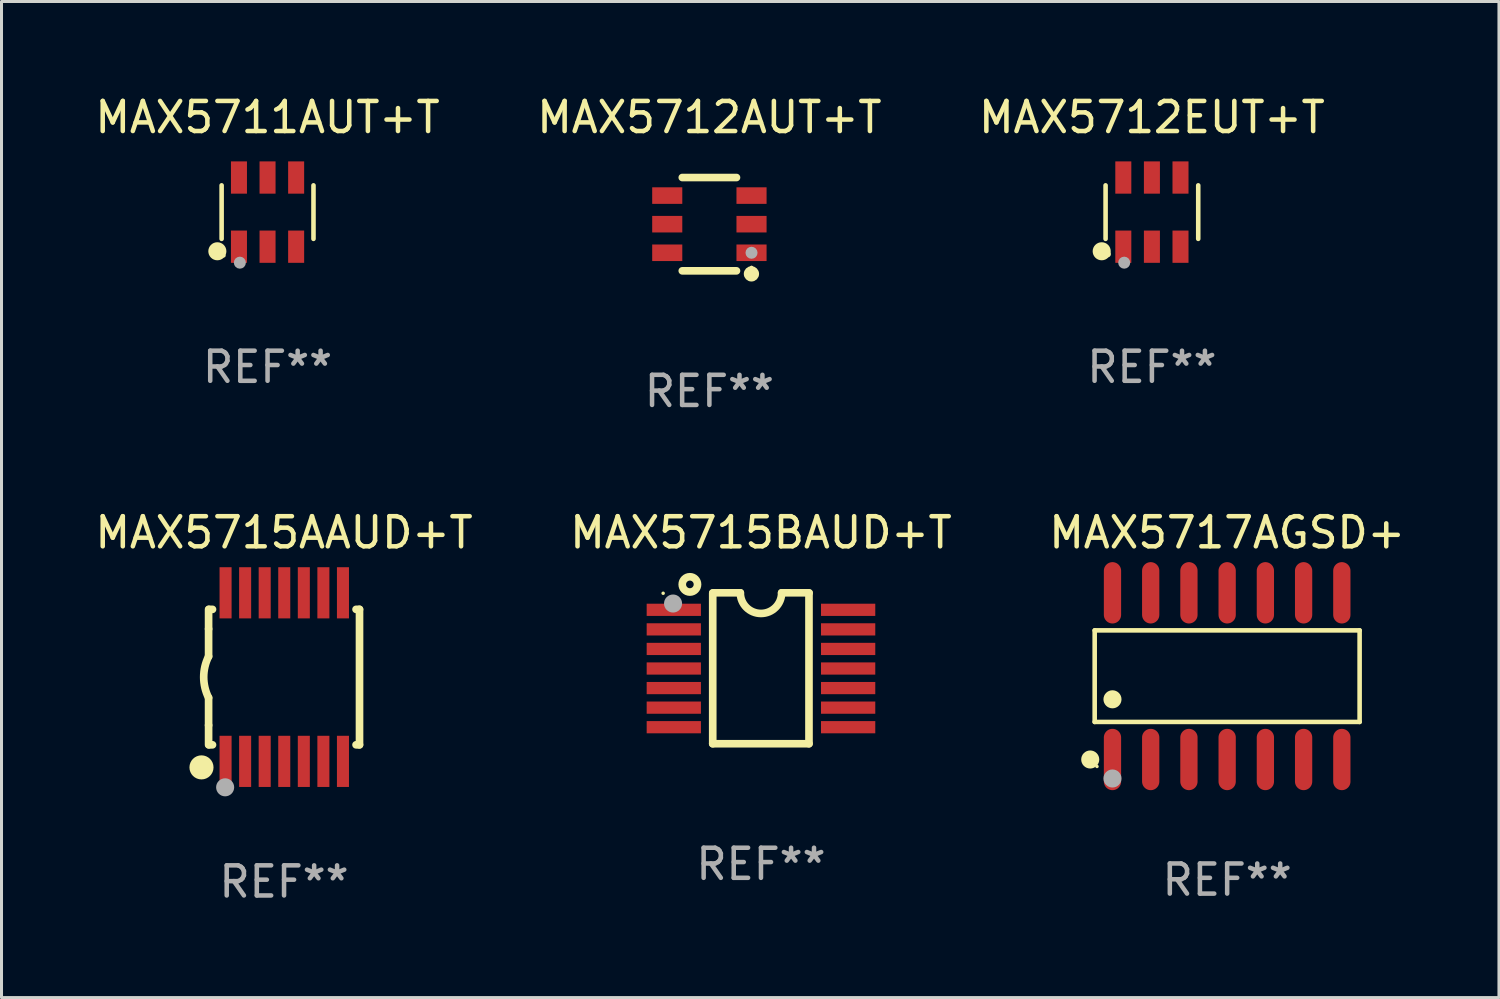
<source format=kicad_pcb>
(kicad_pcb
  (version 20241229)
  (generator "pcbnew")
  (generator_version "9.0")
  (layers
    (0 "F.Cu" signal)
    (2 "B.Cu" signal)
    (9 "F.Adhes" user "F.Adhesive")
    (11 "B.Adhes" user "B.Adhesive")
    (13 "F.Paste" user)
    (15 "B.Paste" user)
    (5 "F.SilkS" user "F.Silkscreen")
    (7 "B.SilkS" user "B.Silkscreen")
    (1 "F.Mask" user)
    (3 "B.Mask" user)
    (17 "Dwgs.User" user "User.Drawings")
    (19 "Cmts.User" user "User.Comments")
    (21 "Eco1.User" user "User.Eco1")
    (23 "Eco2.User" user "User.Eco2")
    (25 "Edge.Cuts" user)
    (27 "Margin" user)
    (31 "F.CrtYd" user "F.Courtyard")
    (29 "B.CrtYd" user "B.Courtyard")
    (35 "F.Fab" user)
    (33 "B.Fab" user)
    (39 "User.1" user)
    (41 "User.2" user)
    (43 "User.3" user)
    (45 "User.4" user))
  (footprint "MAX5715AAUD+T"
    (layer "F.Cu")
    (at 6.387 19.445)
    (property "Reference" "MAX5715AAUD+T" (at 0 -4.8 0) (layer "F.SilkS") (effects (font (size 1 1) (thickness 0.15))))
    (attr through_hole)
    (fp_line (start -2.507 -1.6) (end -2.507 -2.25) (stroke (width 0.254) (type solid)) (layer "F.SilkS"))
    (fp_line (start -2.507 -0.686) (end -2.507 -1.6) (stroke (width 0.254) (type solid)) (layer "F.SilkS"))
    (fp_line (start -2.507 1.6) (end -2.507 0.686) (stroke (width 0.254) (type solid)) (layer "F.SilkS"))
    (fp_line (start -2.507 1.6) (end -2.507 2.25) (stroke (width 0.254) (type solid)) (layer "F.SilkS"))
    (fp_line (start -2.493 -2.25) (end -2.377 -2.25) (stroke (width 0.254) (type solid)) (layer "F.SilkS"))
    (fp_line (start -2.377 2.25) (end -2.493 2.25) (stroke (width 0.254) (type solid)) (layer "F.SilkS"))
    (fp_line (start 2.392 -2.25) (end 2.507 -2.25) (stroke (width 0.254) (type solid)) (layer "F.SilkS"))
    (fp_line (start 2.507 -2.25) (end 2.507 2.25) (stroke (width 0.254) (type solid)) (layer "F.SilkS"))
    (fp_line (start 2.507 2.25) (end 2.392 2.25) (stroke (width 0.254) (type solid)) (layer "F.SilkS"))
    (fp_arc (start -2.507303 0.685802) (mid -2.669199 0) (end -2.507303 -0.685801) (stroke (width 0.254001) (type solid)) (layer "F.SilkS"))
    (fp_circle (center -2.743 3) (end -2.543 3) (stroke (width 0.4) (type solid)) (fill no) (layer "F.SilkS"))
    (fp_circle (center -2.493 3.2) (end -2.463 3.2) (stroke (width 0.06) (type solid)) (fill no) (layer "F.SilkS"))
    (fp_circle (center -1.957 3.662) (end -1.807 3.662) (stroke (width 0.3) (type solid)) (fill no) (layer "F.Fab"))
    (fp_text user "REF**" (at 0 6.8 0) (layer "F.Fab") (effects (font (size 1 1) (thickness 0.15))))
    (pad "1" smd rect (at -1.943 2.8) (size 0.4 1.7) (layers "F.Cu" "F.Mask" "F.Paste"))
    (pad "2" smd rect (at -1.293 2.8) (size 0.4 1.7) (layers "F.Cu" "F.Mask" "F.Paste"))
    (pad "3" smd rect (at -0.643 2.8) (size 0.4 1.7) (layers "F.Cu" "F.Mask" "F.Paste"))
    (pad "4" smd rect (at 0.007 2.8) (size 0.4 1.7) (layers "F.Cu" "F.Mask" "F.Paste"))
    (pad "5" smd rect (at 0.657 2.8) (size 0.4 1.7) (layers "F.Cu" "F.Mask" "F.Paste"))
    (pad "6" smd rect (at 1.307 2.8) (size 0.4 1.7) (layers "F.Cu" "F.Mask" "F.Paste"))
    (pad "7" smd rect (at 1.957 2.8) (size 0.4 1.7) (layers "F.Cu" "F.Mask" "F.Paste"))
    (pad "8" smd rect (at 1.957 -2.8) (size 0.4 1.7) (layers "F.Cu" "F.Mask" "F.Paste"))
    (pad "9" smd rect (at 1.307 -2.8) (size 0.4 1.7) (layers "F.Cu" "F.Mask" "F.Paste"))
    (pad "10" smd rect (at 0.657 -2.8) (size 0.4 1.7) (layers "F.Cu" "F.Mask" "F.Paste"))
    (pad "11" smd rect (at 0.007 -2.8) (size 0.4 1.7) (layers "F.Cu" "F.Mask" "F.Paste"))
    (pad "12" smd rect (at -0.643 -2.8) (size 0.4 1.7) (layers "F.Cu" "F.Mask" "F.Paste"))
    (pad "13" smd rect (at -1.293 -2.8) (size 0.4 1.7) (layers "F.Cu" "F.Mask" "F.Paste"))
    (pad "14" smd rect (at -1.943 -2.8) (size 0.4 1.7) (layers "F.Cu" "F.Mask" "F.Paste")))
  (footprint "MAX5712EUT+T"
    (layer "F.Cu")
    (at 35.22 3.997)
    (property "Reference" "MAX5712EUT+T" (at 0 -3.149 0) (layer "F.SilkS") (effects (font (size 1 1) (thickness 0.15))))
    (attr through_hole)
    (fp_line (start -1.539 0.889) (end -1.539 -0.889) (stroke (width 0.152) (type solid)) (layer "F.SilkS"))
    (fp_line (start 1.539 0.889) (end 1.539 -0.889) (stroke (width 0.152) (type solid)) (layer "F.SilkS"))
    (fp_circle (center -1.668 1.301) (end -1.518 1.301) (stroke (width 0.3) (type solid)) (fill no) (layer "F.SilkS"))
    (fp_circle (center -1.463 1.4) (end -1.413 1.4) (stroke (width 0.1) (type solid)) (fill no) (layer "F.SilkS"))
    (fp_circle (center -0.92 1.68) (end -0.82 1.68) (stroke (width 0.2) (type solid)) (fill no) (layer "F.Fab"))
    (fp_text user "REF**" (at 0 5.149 0) (layer "F.Fab") (effects (font (size 1 1) (thickness 0.15))))
    (pad "1" smd rect (at -0.95 1.149) (size 0.532 1.072) (layers "F.Cu" "F.Mask" "F.Paste"))
    (pad "2" smd rect (at 0 1.149) (size 0.532 1.072) (layers "F.Cu" "F.Mask" "F.Paste"))
    (pad "3" smd rect (at 0.95 1.149) (size 0.532 1.072) (layers "F.Cu" "F.Mask" "F.Paste"))
    (pad "4" smd rect (at 0.95 -1.149) (size 0.532 1.072) (layers "F.Cu" "F.Mask" "F.Paste"))
    (pad "5" smd rect (at 0 -1.149) (size 0.532 1.072) (layers "F.Cu" "F.Mask" "F.Paste"))
    (pad "6" smd rect (at -0.95 -1.149) (size 0.532 1.072) (layers "F.Cu" "F.Mask" "F.Paste")))
  (footprint "MAX5712AUT+T"
    (layer "F.Cu")
    (at 20.518 4.398)
    (property "Reference" "MAX5712AUT+T" (at 0 -3.55 0) (layer "F.SilkS") (effects (font (size 1 1) (thickness 0.15))))
    (attr through_hole)
    (fp_line (start -0.9 -1.55) (end 0.9 -1.55) (stroke (width 0.254) (type solid)) (layer "F.SilkS"))
    (fp_line (start -0.9 1.55) (end 0.9 1.55) (stroke (width 0.254) (type solid)) (layer "F.SilkS"))
    (fp_circle (center 1.397 1.651) (end 1.524 1.651) (stroke (width 0.254) (type solid)) (fill no) (layer "F.SilkS"))
    (fp_circle (center 1.4 1.435) (end 1.43 1.435) (stroke (width 0.06) (type solid)) (fill no) (layer "F.SilkS"))
    (fp_circle (center 1.4 0.95) (end 1.5 0.95) (stroke (width 0.2) (type solid)) (fill no) (layer "F.Fab"))
    (fp_text user "REF**" (at 0 5.55 0) (layer "F.Fab") (effects (font (size 1 1) (thickness 0.15))))
    (pad "1" smd rect (at 1.4 0.95) (size 1 0.55) (layers "F.Cu" "F.Mask" "F.Paste"))
    (pad "2" smd rect (at 1.4 -0.000102) (size 1 0.55) (layers "F.Cu" "F.Mask" "F.Paste"))
    (pad "3" smd rect (at 1.4 -0.95) (size 1 0.55) (layers "F.Cu" "F.Mask" "F.Paste"))
    (pad "4" smd rect (at -1.4 -0.95) (size 1 0.55) (layers "F.Cu" "F.Mask" "F.Paste"))
    (pad "5" smd rect (at -1.4 -0.000102) (size 1 0.55) (layers "F.Cu" "F.Mask" "F.Paste"))
    (pad "6" smd rect (at -1.4 0.95) (size 1 0.55) (layers "F.Cu" "F.Mask" "F.Paste")))
  (footprint "MAX5711AUT+T"
    (layer "F.Cu")
    (at 5.839 3.997)
    (property "Reference" "MAX5711AUT+T" (at 0 -3.149 0) (layer "F.SilkS") (effects (font (size 1 1) (thickness 0.15))))
    (attr through_hole)
    (fp_line (start -1.526 0.889) (end -1.526 -0.889) (stroke (width 0.152) (type solid)) (layer "F.SilkS"))
    (fp_line (start 1.526 0.889) (end 1.526 -0.889) (stroke (width 0.152) (type solid)) (layer "F.SilkS"))
    (fp_circle (center -1.668 1.301) (end -1.518 1.301) (stroke (width 0.3) (type solid)) (fill no) (layer "F.SilkS"))
    (fp_circle (center -1.45 1.45) (end -1.42 1.45) (stroke (width 0.06) (type solid)) (fill no) (layer "F.SilkS"))
    (fp_circle (center -0.92 1.68) (end -0.82 1.68) (stroke (width 0.2) (type solid)) (fill no) (layer "F.Fab"))
    (fp_text user "REF**" (at 0 5.149 0) (layer "F.Fab") (effects (font (size 1 1) (thickness 0.15))))
    (pad "1" smd rect (at -0.95 1.149) (size 0.532 1.072) (layers "F.Cu" "F.Mask" "F.Paste"))
    (pad "2" smd rect (at 0 1.149) (size 0.532 1.072) (layers "F.Cu" "F.Mask" "F.Paste"))
    (pad "3" smd rect (at 0.95 1.149) (size 0.532 1.072) (layers "F.Cu" "F.Mask" "F.Paste"))
    (pad "4" smd rect (at 0.95 -1.149) (size 0.532 1.072) (layers "F.Cu" "F.Mask" "F.Paste"))
    (pad "5" smd rect (at 0 -1.149) (size 0.532 1.072) (layers "F.Cu" "F.Mask" "F.Paste"))
    (pad "6" smd rect (at -0.95 -1.149) (size 0.532 1.072) (layers "F.Cu" "F.Mask" "F.Paste")))
  (footprint "MAX5715BAUD+T"
    (layer "F.Cu")
    (at 22.232 19.152)
    (property "Reference" "MAX5715BAUD+T" (at 0 -4.507 0) (layer "F.SilkS") (effects (font (size 1 1) (thickness 0.15))))
    (attr through_hole)
    (fp_line (start -1.603 2.507) (end -1.603 -2.494) (stroke (width 0.254) (type solid)) (layer "F.SilkS"))
    (fp_line (start -1.603 2.507) (end 1.595 2.507) (stroke (width 0.254) (type solid)) (layer "F.SilkS"))
    (fp_line (start -1.6 -2.507) (end -0.686 -2.507) (stroke (width 0.254) (type solid)) (layer "F.SilkS"))
    (fp_line (start 0.686 -2.507) (end 1.6 -2.507) (stroke (width 0.254) (type solid)) (layer "F.SilkS"))
    (fp_line (start 1.595 2.507) (end 1.595 -2.494) (stroke (width 0.254) (type solid)) (layer "F.SilkS"))
    (fp_arc (start 0.685852 -2.506998) (mid 0.000051 -1.821197) (end -0.68575 -2.506998) (stroke (width 0.254001) (type solid)) (layer "F.SilkS"))
    (fp_circle (center -3.25 -2.492) (end -3.22 -2.492) (stroke (width 0.06) (type solid)) (fill no) (layer "F.SilkS"))
    (fp_circle (center -2.362 -2.786) (end -2.108 -2.786) (stroke (width 0.254) (type solid)) (fill no) (layer "F.SilkS"))
    (fp_circle (center -2.921 -2.151) (end -2.771 -2.151) (stroke (width 0.3) (type solid)) (fill no) (layer "F.Fab"))
    (fp_text user "REF**" (at 0 6.507 0) (layer "F.Fab") (effects (font (size 1 1) (thickness 0.15))))
    (pad "1" smd rect (at -2.896 -1.942) (size 1.803 0.406) (layers "F.Cu" "F.Mask" "F.Paste"))
    (pad "2" smd rect (at -2.896 -1.292) (size 1.803 0.406) (layers "F.Cu" "F.Mask" "F.Paste"))
    (pad "3" smd rect (at -2.896 -0.642) (size 1.803 0.406) (layers "F.Cu" "F.Mask" "F.Paste"))
    (pad "4" smd rect (at -2.896 0.008) (size 1.803 0.406) (layers "F.Cu" "F.Mask" "F.Paste"))
    (pad "5" smd rect (at -2.896 0.658) (size 1.803 0.406) (layers "F.Cu" "F.Mask" "F.Paste"))
    (pad "6" smd rect (at -2.896 1.308) (size 1.803 0.406) (layers "F.Cu" "F.Mask" "F.Paste"))
    (pad "7" smd rect (at -2.896 1.958) (size 1.803 0.406) (layers "F.Cu" "F.Mask" "F.Paste"))
    (pad "8" smd rect (at 2.896 1.958) (size 1.803 0.406) (layers "F.Cu" "F.Mask" "F.Paste"))
    (pad "9" smd rect (at 2.896 1.308) (size 1.803 0.406) (layers "F.Cu" "F.Mask" "F.Paste"))
    (pad "10" smd rect (at 2.896 0.658) (size 1.803 0.406) (layers "F.Cu" "F.Mask" "F.Paste"))
    (pad "11" smd rect (at 2.896 0.008) (size 1.803 0.406) (layers "F.Cu" "F.Mask" "F.Paste"))
    (pad "12" smd rect (at 2.896 -0.642) (size 1.803 0.406) (layers "F.Cu" "F.Mask" "F.Paste"))
    (pad "13" smd rect (at 2.896 -1.292) (size 1.803 0.406) (layers "F.Cu" "F.Mask" "F.Paste"))
    (pad "14" smd rect (at 2.896 -1.942) (size 1.803 0.406) (layers "F.Cu" "F.Mask" "F.Paste")))
  (footprint "MAX5717AGSD+"
    (layer "F.Cu")
    (at 37.72 19.414)
    (property "Reference" "MAX5717AGSD+" (at 0 -4.769 0) (layer "F.SilkS") (effects (font (size 1 1) (thickness 0.15))))
    (attr through_hole)
    (fp_line (start -4.401 -1.521) (end 4.401 -1.521) (stroke (width 0.152) (type solid)) (layer "F.SilkS"))
    (fp_line (start -4.401 1.521) (end -4.401 -1.521) (stroke (width 0.152) (type solid)) (layer "F.SilkS"))
    (fp_line (start 4.401 -1.521) (end 4.401 1.521) (stroke (width 0.152) (type solid)) (layer "F.SilkS"))
    (fp_line (start 4.401 1.521) (end -4.401 1.521) (stroke (width 0.152) (type solid)) (layer "F.SilkS"))
    (fp_circle (center -4.549 2.769) (end -4.399 2.769) (stroke (width 0.3) (type solid)) (fill no) (layer "F.SilkS"))
    (fp_circle (center -4.325 3) (end -4.295 3) (stroke (width 0.06) (type solid)) (fill no) (layer "F.SilkS"))
    (fp_circle (center -3.81 0.769) (end -3.66 0.769) (stroke (width 0.3) (type solid)) (fill no) (layer "F.SilkS"))
    (fp_circle (center -3.81 3.4) (end -3.66 3.4) (stroke (width 0.3) (type solid)) (fill no) (layer "F.Fab"))
    (fp_text user "REF**" (at 0 6.769 0) (layer "F.Fab") (effects (font (size 1 1) (thickness 0.15))))
    (pad "1" smd oval (at -3.81 2.769) (size 0.574 2.038) (layers "F.Cu" "F.Mask" "F.Paste"))
    (pad "2" smd oval (at -2.54 2.769) (size 0.574 2.038) (layers "F.Cu" "F.Mask" "F.Paste"))
    (pad "3" smd oval (at -1.27 2.769) (size 0.574 2.038) (layers "F.Cu" "F.Mask" "F.Paste"))
    (pad "4" smd oval (at 0 2.769) (size 0.574 2.038) (layers "F.Cu" "F.Mask" "F.Paste"))
    (pad "5" smd oval (at 1.27 2.769) (size 0.574 2.038) (layers "F.Cu" "F.Mask" "F.Paste"))
    (pad "6" smd oval (at 2.54 2.769) (size 0.574 2.038) (layers "F.Cu" "F.Mask" "F.Paste"))
    (pad "7" smd oval (at 3.81 2.769) (size 0.574 2.038) (layers "F.Cu" "F.Mask" "F.Paste"))
    (pad "8" smd oval (at 3.81 -2.769) (size 0.574 2.038) (layers "F.Cu" "F.Mask" "F.Paste"))
    (pad "9" smd oval (at 2.54 -2.769) (size 0.574 2.038) (layers "F.Cu" "F.Mask" "F.Paste"))
    (pad "10" smd oval (at 1.27 -2.769) (size 0.574 2.038) (layers "F.Cu" "F.Mask" "F.Paste"))
    (pad "11" smd oval (at 0 -2.769) (size 0.574 2.038) (layers "F.Cu" "F.Mask" "F.Paste"))
    (pad "12" smd oval (at -1.27 -2.769) (size 0.574 2.038) (layers "F.Cu" "F.Mask" "F.Paste"))
    (pad "13" smd oval (at -2.54 -2.769) (size 0.574 2.038) (layers "F.Cu" "F.Mask" "F.Paste"))
    (pad "14" smd oval (at -3.81 -2.769) (size 0.574 2.038) (layers "F.Cu" "F.Mask" "F.Paste")))
  (gr_rect
    (start -3 -3)
    (end 46.75 30.093)
    (stroke (width 0.1) (type default))
    (fill no)
    (layer "Edge.Cuts")))
</source>
